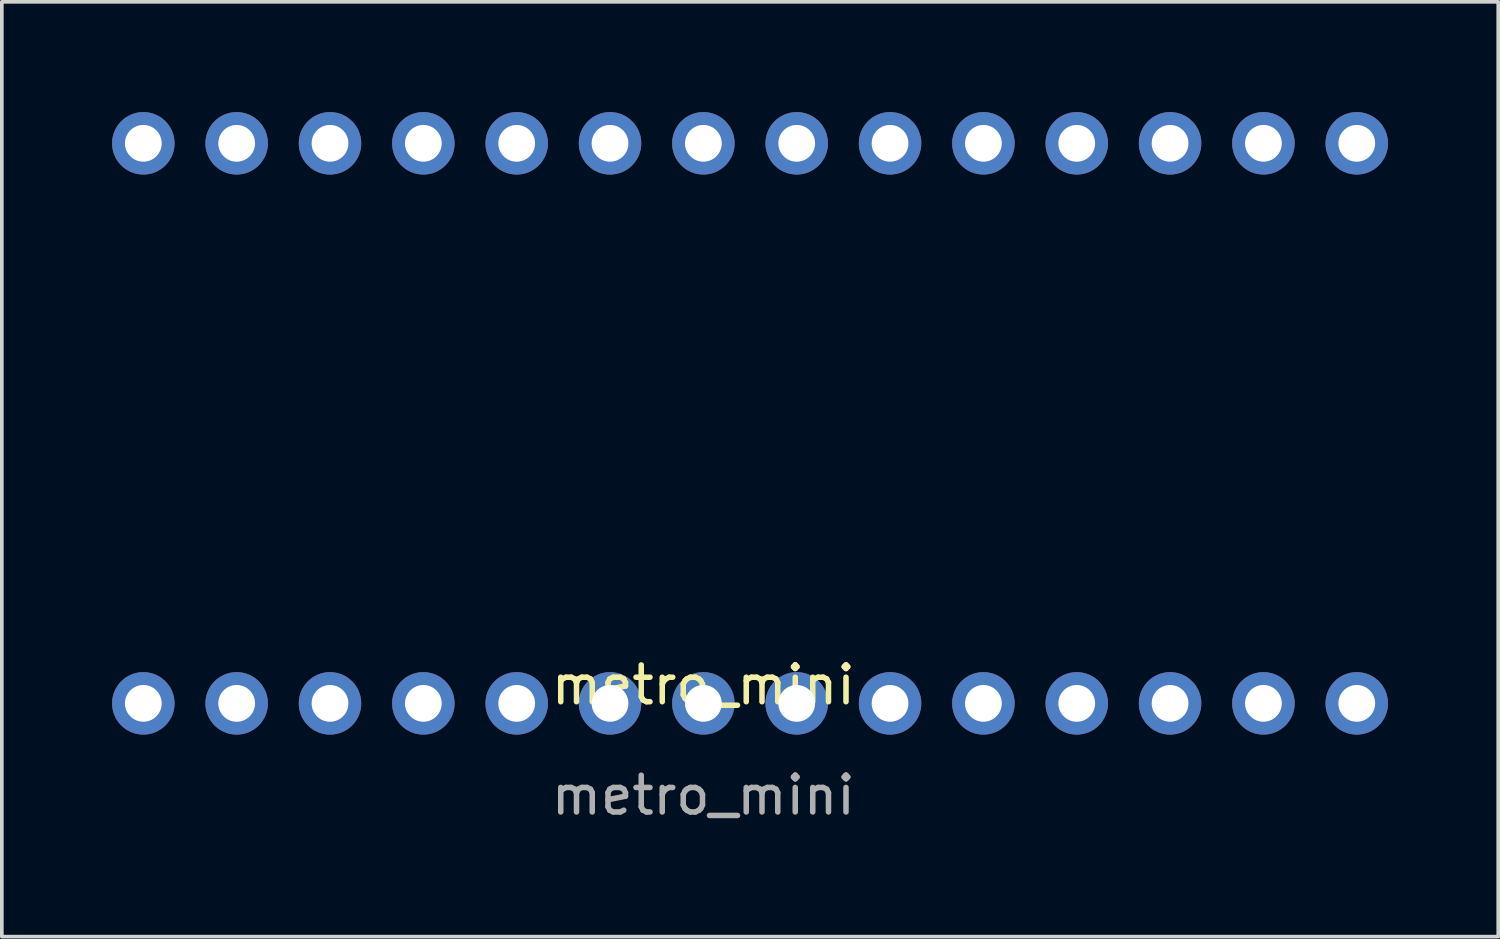
<source format=kicad_pcb>
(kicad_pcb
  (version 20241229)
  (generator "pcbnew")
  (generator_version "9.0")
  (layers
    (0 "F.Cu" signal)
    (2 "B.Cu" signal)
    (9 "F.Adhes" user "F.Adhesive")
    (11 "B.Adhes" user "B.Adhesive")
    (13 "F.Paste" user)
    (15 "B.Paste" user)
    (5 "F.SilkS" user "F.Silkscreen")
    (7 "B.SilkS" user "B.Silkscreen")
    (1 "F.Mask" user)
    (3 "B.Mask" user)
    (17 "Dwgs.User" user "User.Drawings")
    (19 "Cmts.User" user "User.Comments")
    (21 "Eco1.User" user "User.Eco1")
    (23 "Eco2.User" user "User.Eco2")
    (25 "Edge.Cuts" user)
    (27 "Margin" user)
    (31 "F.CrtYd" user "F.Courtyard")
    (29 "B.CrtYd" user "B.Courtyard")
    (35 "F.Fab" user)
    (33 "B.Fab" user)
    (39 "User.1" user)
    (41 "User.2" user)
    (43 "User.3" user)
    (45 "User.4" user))
  (footprint "metro_mini"
    (layer "F.Cu")
    (at 16.09 7.97)
    (property "Reference" "metro_mini" (at 0 7.62 0) (unlocked yes) (layer "F.SilkS") (effects (font (size 1 1) (thickness 0.15))))
    (attr through_hole)
    (fp_text user "${REFERENCE}" (at 0 10.62 0) (unlocked yes) (layer "F.Fab") (effects (font (size 1 1) (thickness 0.15))))
    (pad "0" thru_hole circle (at 17.78 -7.12 270) (size 1.7 1.7) (drill 1) (layers "*.Cu" "*.Mask"))
    (pad "1" thru_hole circle (at 15.24 -7.12 270) (size 1.7 1.7) (drill 1) (layers "*.Cu" "*.Mask"))
    (pad "2" thru_hole circle (at 12.7 -7.12 270) (size 1.7 1.7) (drill 1) (layers "*.Cu" "*.Mask"))
    (pad "3" thru_hole circle (at 10.16 -7.12 270) (size 1.7 1.7) (drill 1) (layers "*.Cu" "*.Mask"))
    (pad "4" thru_hole circle (at 7.62 -7.12 270) (size 1.7 1.7) (drill 1) (layers "*.Cu" "*.Mask"))
    (pad "5" thru_hole circle (at 5.08 -7.12 270) (size 1.7 1.7) (drill 1) (layers "*.Cu" "*.Mask"))
    (pad "6" thru_hole circle (at 2.54 -7.12 270) (size 1.7 1.7) (drill 1) (layers "*.Cu" "*.Mask"))
    (pad "7" thru_hole circle (at 0 -7.12 270) (size 1.7 1.7) (drill 1) (layers "*.Cu" "*.Mask"))
    (pad "8" thru_hole circle (at -2.54 -7.12 270) (size 1.7 1.7) (drill 1) (layers "*.Cu" "*.Mask"))
    (pad "9" thru_hole circle (at -5.08 -7.12 270) (size 1.7 1.7) (drill 1) (layers "*.Cu" "*.Mask"))
    (pad "10" thru_hole circle (at -7.62 -7.12 270) (size 1.7 1.7) (drill 1) (layers "*.Cu" "*.Mask"))
    (pad "11" thru_hole circle (at -10.16 -7.12 270) (size 1.7 1.7) (drill 1) (layers "*.Cu" "*.Mask"))
    (pad "12" thru_hole circle (at -12.7 -7.12 270) (size 1.7 1.7) (drill 1) (layers "*.Cu" "*.Mask"))
    (pad "13" thru_hole circle (at -15.24 -7.12 270) (size 1.7 1.7) (drill 1) (layers "*.Cu" "*.Mask"))
    (pad "14" thru_hole circle (at -15.24 8.12 270) (size 1.7 1.7) (drill 1) (layers "*.Cu" "*.Mask"))
    (pad "15" thru_hole circle (at -12.7 8.12 270) (size 1.7 1.7) (drill 1) (layers "*.Cu" "*.Mask"))
    (pad "16" thru_hole circle (at -10.16 8.12 270) (size 1.7 1.7) (drill 1) (layers "*.Cu" "*.Mask"))
    (pad "17" thru_hole circle (at -7.62 8.12 270) (size 1.7 1.7) (drill 1) (layers "*.Cu" "*.Mask"))
    (pad "18" thru_hole circle (at -5.08 8.12 270) (size 1.7 1.7) (drill 1) (layers "*.Cu" "*.Mask"))
    (pad "19" thru_hole circle (at -2.54 8.12 270) (size 1.7 1.7) (drill 1) (layers "*.Cu" "*.Mask"))
    (pad "20" thru_hole circle (at 0 8.12 270) (size 1.7 1.7) (drill 1) (layers "*.Cu" "*.Mask"))
    (pad "21" thru_hole circle (at 2.54 8.12 270) (size 1.7 1.7) (drill 1) (layers "*.Cu" "*.Mask"))
    (pad "22" thru_hole circle (at 5.08 8.12 270) (size 1.7 1.7) (drill 1) (layers "*.Cu" "*.Mask"))
    (pad "23" thru_hole circle (at 7.62 8.12 270) (size 1.7 1.7) (drill 1) (layers "*.Cu" "*.Mask"))
    (pad "24" thru_hole circle (at 10.16 8.12 270) (size 1.7 1.7) (drill 1) (layers "*.Cu" "*.Mask"))
    (pad "25" thru_hole circle (at 12.7 8.12 270) (size 1.7 1.7) (drill 1) (layers "*.Cu" "*.Mask"))
    (pad "26" thru_hole circle (at 15.24 8.12 270) (size 1.7 1.7) (drill 1) (layers "*.Cu" "*.Mask"))
    (pad "27" thru_hole circle (at 17.78 8.12 270) (size 1.7 1.7) (drill 1) (layers "*.Cu" "*.Mask")))
  (gr_rect
    (start -3 -3)
    (end 37.72 22.438)
    (stroke (width 0.1) (type default))
    (fill no)
    (layer "Edge.Cuts")))
</source>
